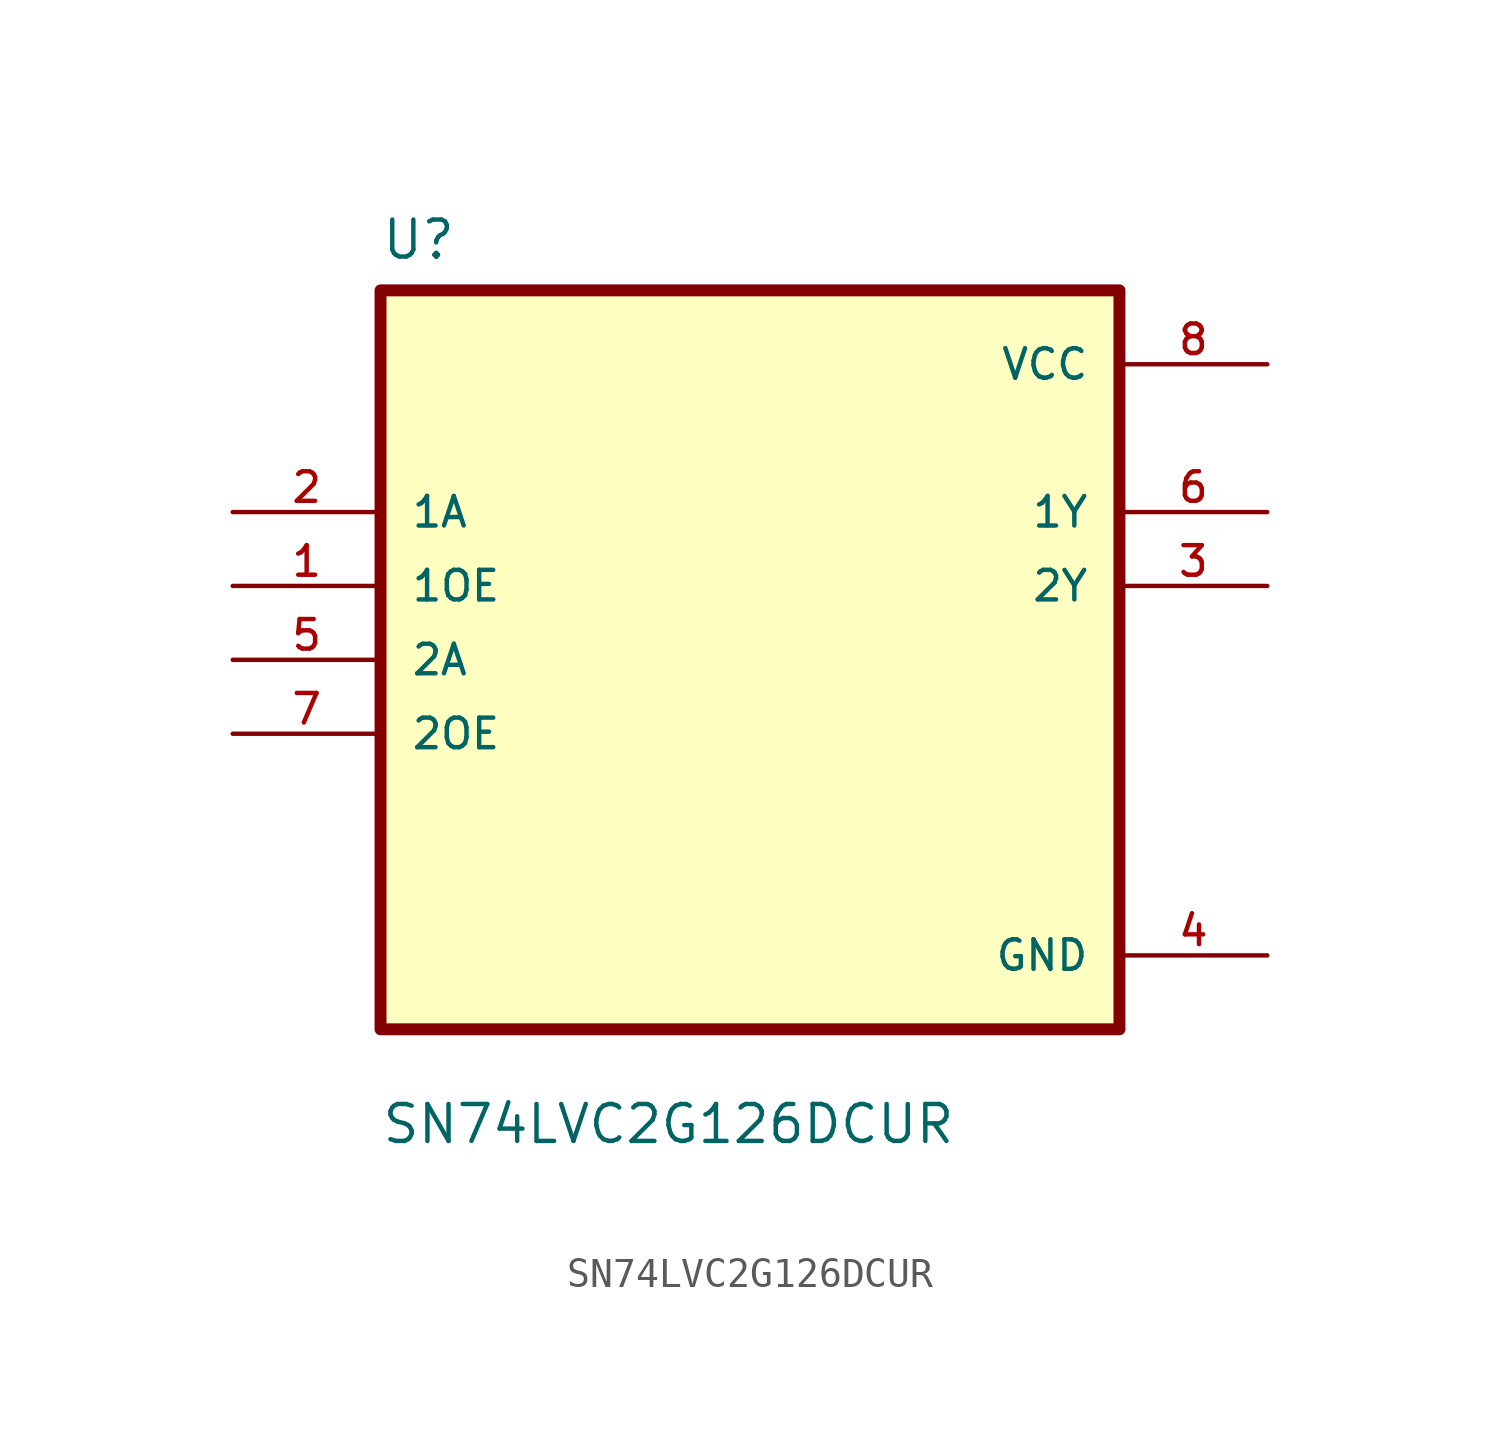
<source format=kicad_sym>
(kicad_symbol_lib
  (version 20211014)
  (generator kicad_symbol_editor)
  (symbol "SN74LVC2G126DCUR"
    (pin_names
      (offset 1.016))
    (property "Reference" "U"
      (at -12.7 13.7 0.0)
      (effects (font (size 1.27 1.27)) (justify bottom left)))
    (property "Value" "SN74LVC2G126DCUR"
      (at -12.7 -16.7 0.0)
      (effects (font (size 1.27 1.27)) (justify bottom left)))
    (symbol "SN74LVC2G126DCUR_0_0"
      (rectangle (start -12.7 -12.7) (end 12.7 12.7) (stroke (width 0.41)) (fill (type background)))
      (pin input line (at -17.78 5.08 0) (length 5.08) (name "1A" (effects (font (size 1.016 1.016)))) (number "2" (effects (font (size 1.016 1.016)))))
      (pin input line (at -17.78 2.54 0) (length 5.08) (name "1OE" (effects (font (size 1.016 1.016)))) (number "1" (effects (font (size 1.016 1.016)))))
      (pin input line (at -17.78 -8.88178e-16 0) (length 5.08) (name "2A" (effects (font (size 1.016 1.016)))) (number "5" (effects (font (size 1.016 1.016)))))
      (pin input line (at -17.78 -2.54 0) (length 5.08) (name "2OE" (effects (font (size 1.016 1.016)))) (number "7" (effects (font (size 1.016 1.016)))))
      (pin power_in line (at 17.78 10.16 180.0) (length 5.08) (name "VCC" (effects (font (size 1.016 1.016)))) (number "8" (effects (font (size 1.016 1.016)))))
      (pin output line (at 17.78 5.08 180.0) (length 5.08) (name "1Y" (effects (font (size 1.016 1.016)))) (number "6" (effects (font (size 1.016 1.016)))))
      (pin output line (at 17.78 2.54 180.0) (length 5.08) (name "2Y" (effects (font (size 1.016 1.016)))) (number "3" (effects (font (size 1.016 1.016)))))
      (pin power_in line (at 17.78 -10.16 180.0) (length 5.08) (name "GND" (effects (font (size 1.016 1.016)))) (number "4" (effects (font (size 1.016 1.016))))))))
</source>
